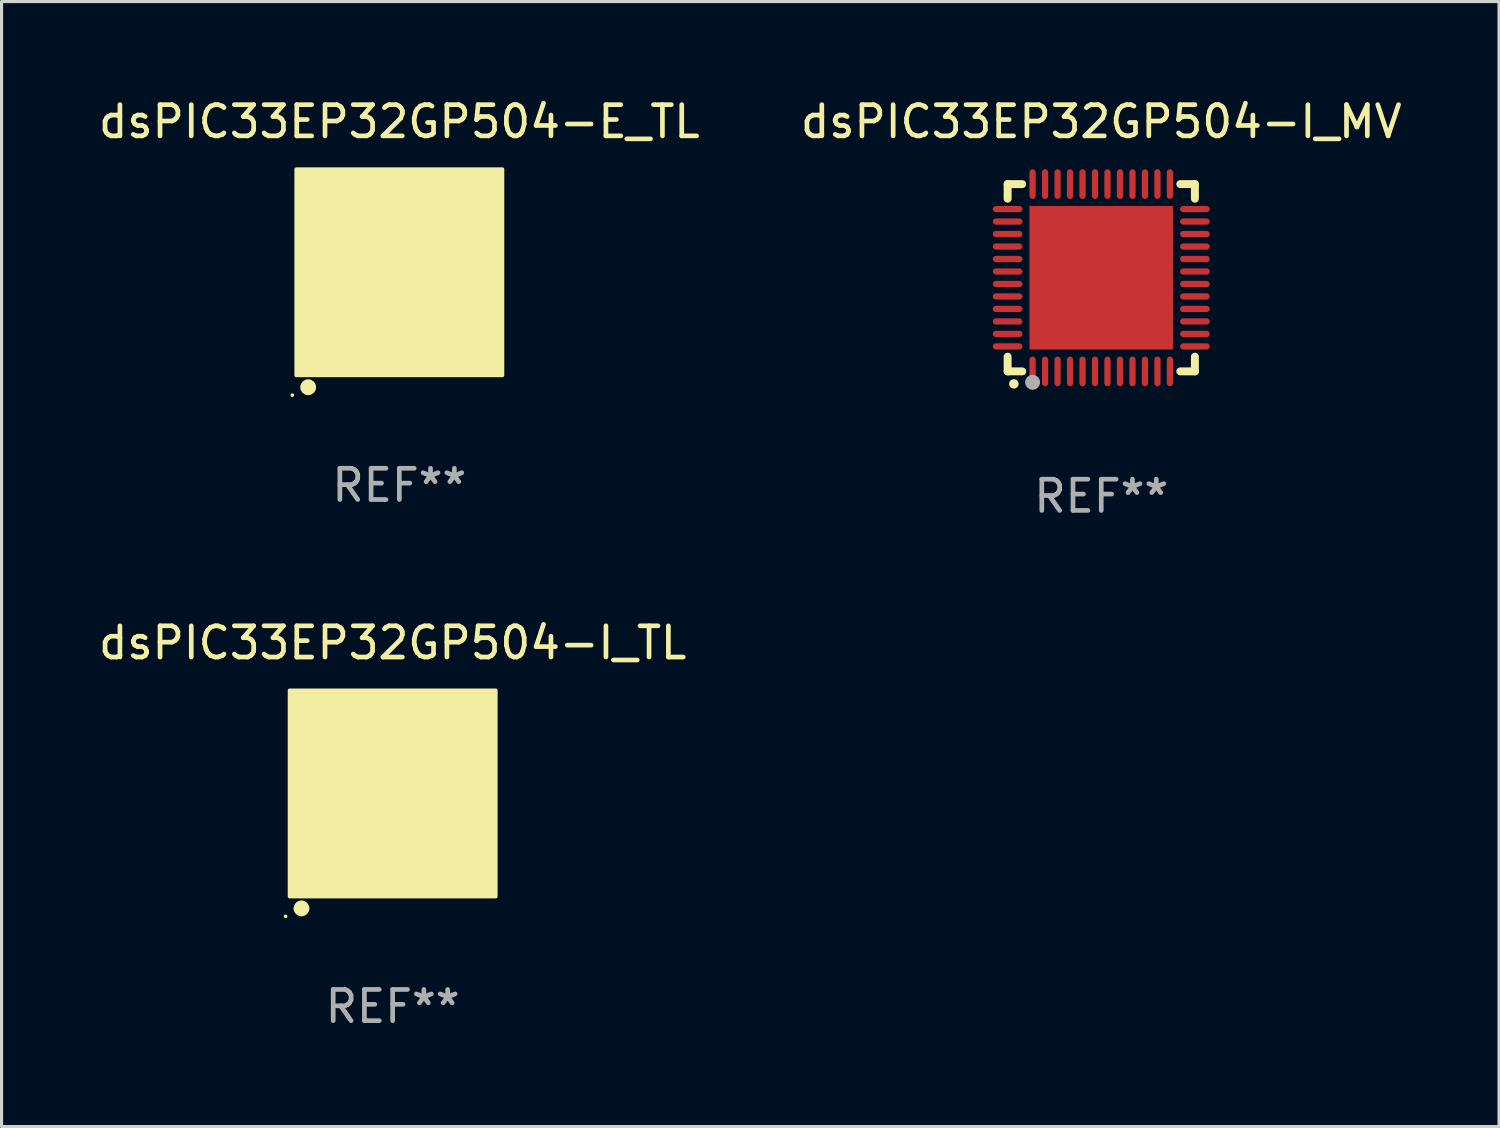
<source format=kicad_pcb>
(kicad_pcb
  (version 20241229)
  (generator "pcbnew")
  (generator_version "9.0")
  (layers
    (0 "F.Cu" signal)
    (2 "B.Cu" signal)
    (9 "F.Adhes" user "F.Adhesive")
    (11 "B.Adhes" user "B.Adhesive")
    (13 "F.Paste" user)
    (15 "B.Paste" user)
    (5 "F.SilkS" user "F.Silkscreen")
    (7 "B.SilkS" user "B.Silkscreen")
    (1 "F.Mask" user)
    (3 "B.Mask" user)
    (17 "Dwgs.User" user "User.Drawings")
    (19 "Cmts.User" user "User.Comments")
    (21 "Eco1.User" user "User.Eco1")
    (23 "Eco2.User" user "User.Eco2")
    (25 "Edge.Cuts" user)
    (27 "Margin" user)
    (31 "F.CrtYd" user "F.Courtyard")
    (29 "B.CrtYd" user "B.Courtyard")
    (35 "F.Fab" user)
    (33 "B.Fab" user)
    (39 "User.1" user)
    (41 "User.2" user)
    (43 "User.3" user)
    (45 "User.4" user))
  (footprint "dsPIC33EP32GP504-I_TL"
    (layer "F.Cu")
    (at 9.53 22.37)
    (property "Reference" "dsPIC33EP32GP504-I_TL" (at 0 -4.825 0) (layer "F.SilkS") (effects (font (size 1 1) (thickness 0.15))))
    (attr through_hole)
    (fp_circle (center -3.429 3.937) (end -3.399 3.937) (stroke (width 0.06) (type solid)) (fill no) (layer "F.SilkS"))
    (fp_circle (center -2.921 3.683) (end -2.794 3.683) (stroke (width 0.254) (type solid)) (fill no) (layer "F.SilkS"))
    (fp_poly (pts (xy -3.302 -3.302) (xy 3.302 -3.302) (xy 3.302 3.302) (xy -3.302 3.302)) (stroke (width 0.12) (type solid)) (fill yes) (layer "F.SilkS"))
    (fp_text user "REF**" (at 0 6.825 0) (layer "F.Fab") (effects (font (size 1 1) (thickness 0.15))))
    (pad "1" smd rect (at -2.25 2.825) (size 0.3 0.45) (layers "F.Cu" "F.Mask" "F.Paste"))
    (pad "2" smd rect (at -1.75 2.825) (size 0.3 0.45) (layers "F.Cu" "F.Mask" "F.Paste"))
    (pad "3" smd rect (at -1.25 2.825) (size 0.3 0.45) (layers "F.Cu" "F.Mask" "F.Paste"))
    (pad "4" smd rect (at -0.75 2.825) (size 0.3 0.45) (layers "F.Cu" "F.Mask" "F.Paste"))
    (pad "5" smd rect (at -0.25 2.825) (size 0.3 0.45) (layers "F.Cu" "F.Mask" "F.Paste"))
    (pad "6" smd rect (at 0.25 2.825) (size 0.3 0.45) (layers "F.Cu" "F.Mask" "F.Paste"))
    (pad "7" smd rect (at 0.75 2.825) (size 0.3 0.45) (layers "F.Cu" "F.Mask" "F.Paste"))
    (pad "8" smd rect (at 1.25 2.825) (size 0.3 0.45) (layers "F.Cu" "F.Mask" "F.Paste"))
    (pad "9" smd rect (at 1.75 2.825) (size 0.3 0.45) (layers "F.Cu" "F.Mask" "F.Paste"))
    (pad "10" smd rect (at 2.25 2.825) (size 0.3 0.45) (layers "F.Cu" "F.Mask" "F.Paste"))
    (pad "11" smd rect (at 2.825 2.825 90) (size 0.45 0.45) (layers "F.Cu" "F.Mask" "F.Paste"))
    (pad "12" smd rect (at 2.825 2.25 90) (size 0.3 0.45) (layers "F.Cu" "F.Mask" "F.Paste"))
    (pad "13" smd rect (at 2.825 1.75 90) (size 0.3 0.45) (layers "F.Cu" "F.Mask" "F.Paste"))
    (pad "14" smd rect (at 2.825 1.25 90) (size 0.3 0.45) (layers "F.Cu" "F.Mask" "F.Paste"))
    (pad "15" smd rect (at 2.825 0.75 90) (size 0.3 0.45) (layers "F.Cu" "F.Mask" "F.Paste"))
    (pad "16" smd rect (at 2.825 0.25 90) (size 0.3 0.45) (layers "F.Cu" "F.Mask" "F.Paste"))
    (pad "17" smd rect (at 2.825 -0.25 90) (size 0.3 0.45) (layers "F.Cu" "F.Mask" "F.Paste"))
    (pad "18" smd rect (at 2.825 -0.75 90) (size 0.3 0.45) (layers "F.Cu" "F.Mask" "F.Paste"))
    (pad "19" smd rect (at 2.825 -1.25 90) (size 0.3 0.45) (layers "F.Cu" "F.Mask" "F.Paste"))
    (pad "20" smd rect (at 2.825 -1.75 90) (size 0.3 0.45) (layers "F.Cu" "F.Mask" "F.Paste"))
    (pad "21" smd rect (at 2.825 -2.25 90) (size 0.3 0.45) (layers "F.Cu" "F.Mask" "F.Paste"))
    (pad "22" smd rect (at 2.825 -2.825 90) (size 0.45 0.45) (layers "F.Cu" "F.Mask" "F.Paste"))
    (pad "23" smd rect (at 2.25 -2.825) (size 0.3 0.45) (layers "F.Cu" "F.Mask" "F.Paste"))
    (pad "24" smd rect (at 1.75 -2.825) (size 0.3 0.45) (layers "F.Cu" "F.Mask" "F.Paste"))
    (pad "25" smd rect (at 1.25 -2.825) (size 0.3 0.45) (layers "F.Cu" "F.Mask" "F.Paste"))
    (pad "26" smd rect (at 0.75 -2.825) (size 0.3 0.45) (layers "F.Cu" "F.Mask" "F.Paste"))
    (pad "27" smd rect (at 0.25 -2.825) (size 0.3 0.45) (layers "F.Cu" "F.Mask" "F.Paste"))
    (pad "28" smd rect (at -0.25 -2.825) (size 0.3 0.45) (layers "F.Cu" "F.Mask" "F.Paste"))
    (pad "29" smd rect (at -0.75 -2.825) (size 0.3 0.45) (layers "F.Cu" "F.Mask" "F.Paste"))
    (pad "30" smd rect (at -1.25 -2.825) (size 0.3 0.45) (layers "F.Cu" "F.Mask" "F.Paste"))
    (pad "31" smd rect (at -1.75 -2.825) (size 0.3 0.45) (layers "F.Cu" "F.Mask" "F.Paste"))
    (pad "32" smd rect (at -2.25 -2.825) (size 0.3 0.45) (layers "F.Cu" "F.Mask" "F.Paste"))
    (pad "33" smd rect (at -2.825 -2.825 90) (size 0.45 0.45) (layers "F.Cu" "F.Mask" "F.Paste"))
    (pad "34" smd rect (at -2.825 -2.25 90) (size 0.3 0.45) (layers "F.Cu" "F.Mask" "F.Paste"))
    (pad "35" smd rect (at -2.825 -1.75 90) (size 0.3 0.45) (layers "F.Cu" "F.Mask" "F.Paste"))
    (pad "36" smd rect (at -2.825 -1.25 90) (size 0.3 0.45) (layers "F.Cu" "F.Mask" "F.Paste"))
    (pad "37" smd rect (at -2.825 -0.75 90) (size 0.3 0.45) (layers "F.Cu" "F.Mask" "F.Paste"))
    (pad "38" smd rect (at -2.825 -0.25 90) (size 0.3 0.45) (layers "F.Cu" "F.Mask" "F.Paste"))
    (pad "39" smd rect (at -2.825 0.25 90) (size 0.3 0.45) (layers "F.Cu" "F.Mask" "F.Paste"))
    (pad "40" smd rect (at -2.825 0.75 90) (size 0.3 0.45) (layers "F.Cu" "F.Mask" "F.Paste"))
    (pad "41" smd rect (at -2.825 1.25 90) (size 0.3 0.45) (layers "F.Cu" "F.Mask" "F.Paste"))
    (pad "42" smd rect (at -2.825 1.75 90) (size 0.3 0.45) (layers "F.Cu" "F.Mask" "F.Paste"))
    (pad "43" smd rect (at -2.825 2.25 90) (size 0.3 0.45) (layers "F.Cu" "F.Mask" "F.Paste"))
    (pad "44" smd rect (at -2.825 2.825 90) (size 0.45 0.45) (layers "F.Cu" "F.Mask" "F.Paste"))
    (pad "45" smd rect (at 0 0 90) (size 4.6 4.6) (layers "F.Cu" "F.Mask" "F.Paste")))
  (footprint "dsPIC33EP32GP504-E_TL"
    (layer "F.Cu")
    (at 9.744 5.673)
    (property "Reference" "dsPIC33EP32GP504-E_TL" (at 0 -4.825 0) (layer "F.SilkS") (effects (font (size 1 1) (thickness 0.15))))
    (attr through_hole)
    (fp_circle (center -3.429 3.937) (end -3.399 3.937) (stroke (width 0.06) (type solid)) (fill no) (layer "F.SilkS"))
    (fp_circle (center -2.921 3.683) (end -2.794 3.683) (stroke (width 0.254) (type solid)) (fill no) (layer "F.SilkS"))
    (fp_poly (pts (xy -3.302 -3.302) (xy 3.302 -3.302) (xy 3.302 3.302) (xy -3.302 3.302)) (stroke (width 0.12) (type solid)) (fill yes) (layer "F.SilkS"))
    (fp_text user "REF**" (at 0 6.825 0) (layer "F.Fab") (effects (font (size 1 1) (thickness 0.15))))
    (pad "1" smd rect (at -2.25 2.825) (size 0.3 0.45) (layers "F.Cu" "F.Mask" "F.Paste"))
    (pad "2" smd rect (at -1.75 2.825) (size 0.3 0.45) (layers "F.Cu" "F.Mask" "F.Paste"))
    (pad "3" smd rect (at -1.25 2.825) (size 0.3 0.45) (layers "F.Cu" "F.Mask" "F.Paste"))
    (pad "4" smd rect (at -0.75 2.825) (size 0.3 0.45) (layers "F.Cu" "F.Mask" "F.Paste"))
    (pad "5" smd rect (at -0.25 2.825) (size 0.3 0.45) (layers "F.Cu" "F.Mask" "F.Paste"))
    (pad "6" smd rect (at 0.25 2.825) (size 0.3 0.45) (layers "F.Cu" "F.Mask" "F.Paste"))
    (pad "7" smd rect (at 0.75 2.825) (size 0.3 0.45) (layers "F.Cu" "F.Mask" "F.Paste"))
    (pad "8" smd rect (at 1.25 2.825) (size 0.3 0.45) (layers "F.Cu" "F.Mask" "F.Paste"))
    (pad "9" smd rect (at 1.75 2.825) (size 0.3 0.45) (layers "F.Cu" "F.Mask" "F.Paste"))
    (pad "10" smd rect (at 2.25 2.825) (size 0.3 0.45) (layers "F.Cu" "F.Mask" "F.Paste"))
    (pad "11" smd rect (at 2.825 2.825 90) (size 0.45 0.45) (layers "F.Cu" "F.Mask" "F.Paste"))
    (pad "12" smd rect (at 2.825 2.25 90) (size 0.3 0.45) (layers "F.Cu" "F.Mask" "F.Paste"))
    (pad "13" smd rect (at 2.825 1.75 90) (size 0.3 0.45) (layers "F.Cu" "F.Mask" "F.Paste"))
    (pad "14" smd rect (at 2.825 1.25 90) (size 0.3 0.45) (layers "F.Cu" "F.Mask" "F.Paste"))
    (pad "15" smd rect (at 2.825 0.75 90) (size 0.3 0.45) (layers "F.Cu" "F.Mask" "F.Paste"))
    (pad "16" smd rect (at 2.825 0.25 90) (size 0.3 0.45) (layers "F.Cu" "F.Mask" "F.Paste"))
    (pad "17" smd rect (at 2.825 -0.25 90) (size 0.3 0.45) (layers "F.Cu" "F.Mask" "F.Paste"))
    (pad "18" smd rect (at 2.825 -0.75 90) (size 0.3 0.45) (layers "F.Cu" "F.Mask" "F.Paste"))
    (pad "19" smd rect (at 2.825 -1.25 90) (size 0.3 0.45) (layers "F.Cu" "F.Mask" "F.Paste"))
    (pad "20" smd rect (at 2.825 -1.75 90) (size 0.3 0.45) (layers "F.Cu" "F.Mask" "F.Paste"))
    (pad "21" smd rect (at 2.825 -2.25 90) (size 0.3 0.45) (layers "F.Cu" "F.Mask" "F.Paste"))
    (pad "22" smd rect (at 2.825 -2.825 90) (size 0.45 0.45) (layers "F.Cu" "F.Mask" "F.Paste"))
    (pad "23" smd rect (at 2.25 -2.825) (size 0.3 0.45) (layers "F.Cu" "F.Mask" "F.Paste"))
    (pad "24" smd rect (at 1.75 -2.825) (size 0.3 0.45) (layers "F.Cu" "F.Mask" "F.Paste"))
    (pad "25" smd rect (at 1.25 -2.825) (size 0.3 0.45) (layers "F.Cu" "F.Mask" "F.Paste"))
    (pad "26" smd rect (at 0.75 -2.825) (size 0.3 0.45) (layers "F.Cu" "F.Mask" "F.Paste"))
    (pad "27" smd rect (at 0.25 -2.825) (size 0.3 0.45) (layers "F.Cu" "F.Mask" "F.Paste"))
    (pad "28" smd rect (at -0.25 -2.825) (size 0.3 0.45) (layers "F.Cu" "F.Mask" "F.Paste"))
    (pad "29" smd rect (at -0.75 -2.825) (size 0.3 0.45) (layers "F.Cu" "F.Mask" "F.Paste"))
    (pad "30" smd rect (at -1.25 -2.825) (size 0.3 0.45) (layers "F.Cu" "F.Mask" "F.Paste"))
    (pad "31" smd rect (at -1.75 -2.825) (size 0.3 0.45) (layers "F.Cu" "F.Mask" "F.Paste"))
    (pad "32" smd rect (at -2.25 -2.825) (size 0.3 0.45) (layers "F.Cu" "F.Mask" "F.Paste"))
    (pad "33" smd rect (at -2.825 -2.825 90) (size 0.45 0.45) (layers "F.Cu" "F.Mask" "F.Paste"))
    (pad "34" smd rect (at -2.825 -2.25 90) (size 0.3 0.45) (layers "F.Cu" "F.Mask" "F.Paste"))
    (pad "35" smd rect (at -2.825 -1.75 90) (size 0.3 0.45) (layers "F.Cu" "F.Mask" "F.Paste"))
    (pad "36" smd rect (at -2.825 -1.25 90) (size 0.3 0.45) (layers "F.Cu" "F.Mask" "F.Paste"))
    (pad "37" smd rect (at -2.825 -0.75 90) (size 0.3 0.45) (layers "F.Cu" "F.Mask" "F.Paste"))
    (pad "38" smd rect (at -2.825 -0.25 90) (size 0.3 0.45) (layers "F.Cu" "F.Mask" "F.Paste"))
    (pad "39" smd rect (at -2.825 0.25 90) (size 0.3 0.45) (layers "F.Cu" "F.Mask" "F.Paste"))
    (pad "40" smd rect (at -2.825 0.75 90) (size 0.3 0.45) (layers "F.Cu" "F.Mask" "F.Paste"))
    (pad "41" smd rect (at -2.825 1.25 90) (size 0.3 0.45) (layers "F.Cu" "F.Mask" "F.Paste"))
    (pad "42" smd rect (at -2.825 1.75 90) (size 0.3 0.45) (layers "F.Cu" "F.Mask" "F.Paste"))
    (pad "43" smd rect (at -2.825 2.25 90) (size 0.3 0.45) (layers "F.Cu" "F.Mask" "F.Paste"))
    (pad "44" smd rect (at -2.825 2.825 90) (size 0.45 0.45) (layers "F.Cu" "F.Mask" "F.Paste"))
    (pad "45" smd rect (at 0 0 90) (size 4.6 4.6) (layers "F.Cu" "F.Mask" "F.Paste")))
  (footprint "dsPIC33EP32GP504-I_MV"
    (layer "F.Cu")
    (at 32.232 5.848)
    (property "Reference" "dsPIC33EP32GP504-I_MV" (at 0 -5 0) (layer "F.SilkS") (effects (font (size 1 1) (thickness 0.15))))
    (attr through_hole)
    (fp_line (start -3 -3) (end -2.532 -3) (stroke (width 0.254) (type solid)) (layer "F.SilkS"))
    (fp_line (start -3 -2.532) (end -3 -3) (stroke (width 0.254) (type solid)) (layer "F.SilkS"))
    (fp_line (start -3 3) (end -3 2.529) (stroke (width 0.254) (type solid)) (layer "F.SilkS"))
    (fp_line (start -2.532 3) (end -3 3) (stroke (width 0.254) (type solid)) (layer "F.SilkS"))
    (fp_line (start 2.532 -3) (end 3 -3) (stroke (width 0.254) (type solid)) (layer "F.SilkS"))
    (fp_line (start 3 -3) (end 3 -2.532) (stroke (width 0.254) (type solid)) (layer "F.SilkS"))
    (fp_line (start 3 2.529) (end 3 3) (stroke (width 0.254) (type solid)) (layer "F.SilkS"))
    (fp_line (start 3 3) (end 2.532 3) (stroke (width 0.254) (type solid)) (layer "F.SilkS"))
    (fp_arc (start -2.801295 3.400025) (mid -2.800025 3.40002) (end -2.798755 3.400025) (stroke (width 0.3) (type solid)) (layer "F.SilkS"))
    (fp_circle (center -3 3) (end -2.97 3) (stroke (width 0.06) (type solid)) (fill no) (layer "F.SilkS"))
    (fp_circle (center -2.2 3.35) (end -2.08 3.35) (stroke (width 0.24) (type solid)) (fill no) (layer "F.Fab"))
    (fp_text user "REF**" (at 0 7 0) (layer "F.Fab") (effects (font (size 1 1) (thickness 0.15))))
    (pad "1" smd oval (at -2.2 3) (size 0.2 0.95) (layers "F.Cu" "F.Mask" "F.Paste"))
    (pad "2" smd oval (at -1.8 3) (size 0.2 0.95) (layers "F.Cu" "F.Mask" "F.Paste"))
    (pad "3" smd oval (at -1.4 3) (size 0.2 0.95) (layers "F.Cu" "F.Mask" "F.Paste"))
    (pad "4" smd oval (at -1 3) (size 0.2 0.95) (layers "F.Cu" "F.Mask" "F.Paste"))
    (pad "5" smd oval (at -0.6 3) (size 0.2 0.95) (layers "F.Cu" "F.Mask" "F.Paste"))
    (pad "6" smd oval (at -0.2 3) (size 0.2 0.95) (layers "F.Cu" "F.Mask" "F.Paste"))
    (pad "7" smd oval (at 0.2 3) (size 0.2 0.95) (layers "F.Cu" "F.Mask" "F.Paste"))
    (pad "8" smd oval (at 0.6 3) (size 0.2 0.95) (layers "F.Cu" "F.Mask" "F.Paste"))
    (pad "9" smd oval (at 1 3) (size 0.2 0.95) (layers "F.Cu" "F.Mask" "F.Paste"))
    (pad "10" smd oval (at 1.4 3) (size 0.2 0.95) (layers "F.Cu" "F.Mask" "F.Paste"))
    (pad "11" smd oval (at 1.8 3) (size 0.2 0.95) (layers "F.Cu" "F.Mask" "F.Paste"))
    (pad "12" smd oval (at 2.2 3) (size 0.2 0.95) (layers "F.Cu" "F.Mask" "F.Paste"))
    (pad "13" smd oval (at 3 2.2 90) (size 0.2 0.95) (layers "F.Cu" "F.Mask" "F.Paste"))
    (pad "14" smd oval (at 3 1.8 90) (size 0.2 0.95) (layers "F.Cu" "F.Mask" "F.Paste"))
    (pad "15" smd oval (at 3 1.4 90) (size 0.2 0.95) (layers "F.Cu" "F.Mask" "F.Paste"))
    (pad "16" smd oval (at 3 1 90) (size 0.2 0.95) (layers "F.Cu" "F.Mask" "F.Paste"))
    (pad "17" smd oval (at 3 0.6 90) (size 0.2 0.95) (layers "F.Cu" "F.Mask" "F.Paste"))
    (pad "18" smd oval (at 3 0.2 90) (size 0.2 0.95) (layers "F.Cu" "F.Mask" "F.Paste"))
    (pad "19" smd oval (at 3 -0.2 90) (size 0.2 0.95) (layers "F.Cu" "F.Mask" "F.Paste"))
    (pad "20" smd oval (at 3 -0.6 90) (size 0.2 0.95) (layers "F.Cu" "F.Mask" "F.Paste"))
    (pad "21" smd oval (at 3 -1 90) (size 0.2 0.95) (layers "F.Cu" "F.Mask" "F.Paste"))
    (pad "22" smd oval (at 3 -1.4 90) (size 0.2 0.95) (layers "F.Cu" "F.Mask" "F.Paste"))
    (pad "23" smd oval (at 3 -1.8 90) (size 0.2 0.95) (layers "F.Cu" "F.Mask" "F.Paste"))
    (pad "24" smd oval (at 3 -2.2 90) (size 0.2 0.95) (layers "F.Cu" "F.Mask" "F.Paste"))
    (pad "25" smd oval (at 2.2 -3 180) (size 0.2 0.95) (layers "F.Cu" "F.Mask" "F.Paste"))
    (pad "26" smd oval (at 1.8 -3 180) (size 0.2 0.95) (layers "F.Cu" "F.Mask" "F.Paste"))
    (pad "27" smd oval (at 1.4 -3 180) (size 0.2 0.95) (layers "F.Cu" "F.Mask" "F.Paste"))
    (pad "28" smd oval (at 1 -3 180) (size 0.2 0.95) (layers "F.Cu" "F.Mask" "F.Paste"))
    (pad "29" smd oval (at 0.6 -3 180) (size 0.2 0.95) (layers "F.Cu" "F.Mask" "F.Paste"))
    (pad "30" smd oval (at 0.2 -3 180) (size 0.2 0.95) (layers "F.Cu" "F.Mask" "F.Paste"))
    (pad "31" smd oval (at -0.2 -3 180) (size 0.2 0.95) (layers "F.Cu" "F.Mask" "F.Paste"))
    (pad "32" smd oval (at -0.6 -3 180) (size 0.2 0.95) (layers "F.Cu" "F.Mask" "F.Paste"))
    (pad "33" smd oval (at -1 -3 180) (size 0.2 0.95) (layers "F.Cu" "F.Mask" "F.Paste"))
    (pad "34" smd oval (at -1.4 -3 180) (size 0.2 0.95) (layers "F.Cu" "F.Mask" "F.Paste"))
    (pad "35" smd oval (at -1.8 -3 180) (size 0.2 0.95) (layers "F.Cu" "F.Mask" "F.Paste"))
    (pad "36" smd oval (at -2.2 -3 180) (size 0.2 0.95) (layers "F.Cu" "F.Mask" "F.Paste"))
    (pad "37" smd oval (at -3 -2.2 270) (size 0.2 0.95) (layers "F.Cu" "F.Mask" "F.Paste"))
    (pad "38" smd oval (at -3 -1.8 270) (size 0.2 0.95) (layers "F.Cu" "F.Mask" "F.Paste"))
    (pad "39" smd oval (at -3 -1.4 270) (size 0.2 0.95) (layers "F.Cu" "F.Mask" "F.Paste"))
    (pad "40" smd oval (at -3 -1 270) (size 0.2 0.95) (layers "F.Cu" "F.Mask" "F.Paste"))
    (pad "41" smd oval (at -3 -0.6 270) (size 0.2 0.95) (layers "F.Cu" "F.Mask" "F.Paste"))
    (pad "42" smd oval (at -3 -0.2 270) (size 0.2 0.95) (layers "F.Cu" "F.Mask" "F.Paste"))
    (pad "43" smd oval (at -3 0.2 270) (size 0.2 0.95) (layers "F.Cu" "F.Mask" "F.Paste"))
    (pad "44" smd oval (at -3 0.6 270) (size 0.2 0.95) (layers "F.Cu" "F.Mask" "F.Paste"))
    (pad "45" smd oval (at -3 1 270) (size 0.2 0.95) (layers "F.Cu" "F.Mask" "F.Paste"))
    (pad "46" smd oval (at -3 1.4 270) (size 0.2 0.95) (layers "F.Cu" "F.Mask" "F.Paste"))
    (pad "47" smd oval (at -3 1.8 270) (size 0.2 0.95) (layers "F.Cu" "F.Mask" "F.Paste"))
    (pad "48" smd oval (at -3 2.2 270) (size 0.2 0.95) (layers "F.Cu" "F.Mask" "F.Paste"))
    (pad "49" smd rect (at -0.001 -0.001 180) (size 4.6 4.6) (layers "F.Cu" "F.Mask" "F.Paste")))
  (gr_rect
    (start -3 -3)
    (end 44.976 33.043)
    (stroke (width 0.1) (type default))
    (fill no)
    (layer "Edge.Cuts")))
</source>
